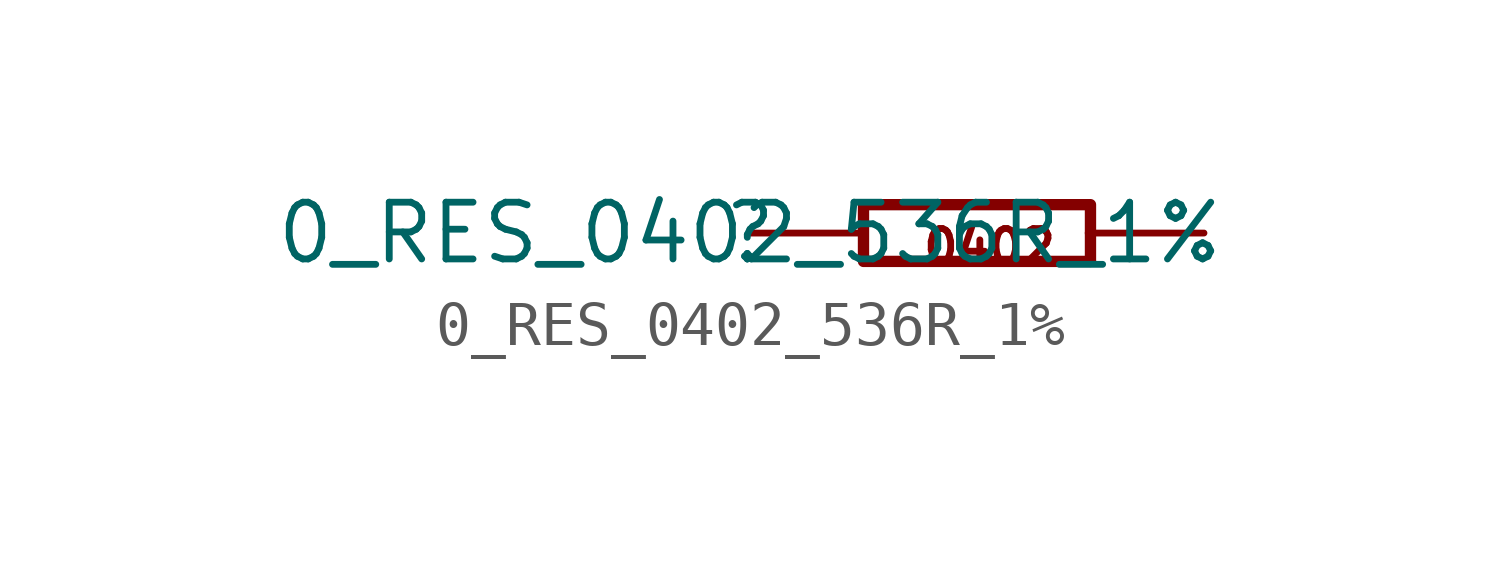
<source format=kicad_sym>
(kicad_symbol_lib
  (version 20211014)
  (generator kicad_symbol_editor)
  (symbol "0_RES_0402_536R_1%"
    (property "Reference" ""
      (at 0 0 0)
      (effects (font (size 1.27 1.27))))
    (property "Value" "0_RES_0402_536R_1%"
      (at 0 0 0)
      (effects (font (size 1.27 1.27))))
    (symbol "0_RES_0402_536R_1%_1_0"
      (polyline (pts (xy 7.62 -0.635) (xy 7.62 0)) (stroke (width 0.254) (type default) (color 0 0 0 0)) (fill (type none)))
      (polyline (pts (xy 7.62 0) (xy 7.62 0.635) (xy 2.54 0.635) (xy 2.54 -0.635) (xy 7.62 -0.635)) (stroke (width 0.254) (type default) (color 0 0 0 0)) (fill (type none)))
      (text "0402" (at 3.81 -0.762 0) (effects (font (size 0.762 0.762)) (justify left bottom)))
      (pin passive line (at 0 0 0) (length 2.54) (name "1" (effects (font (size 0 0)))) (number "1" (effects (font (size 0 0)))))
      (pin passive line (at 10.16 0 180) (length 2.54) (name "2" (effects (font (size 0 0)))) (number "2" (effects (font (size 0 0))))))))
</source>
